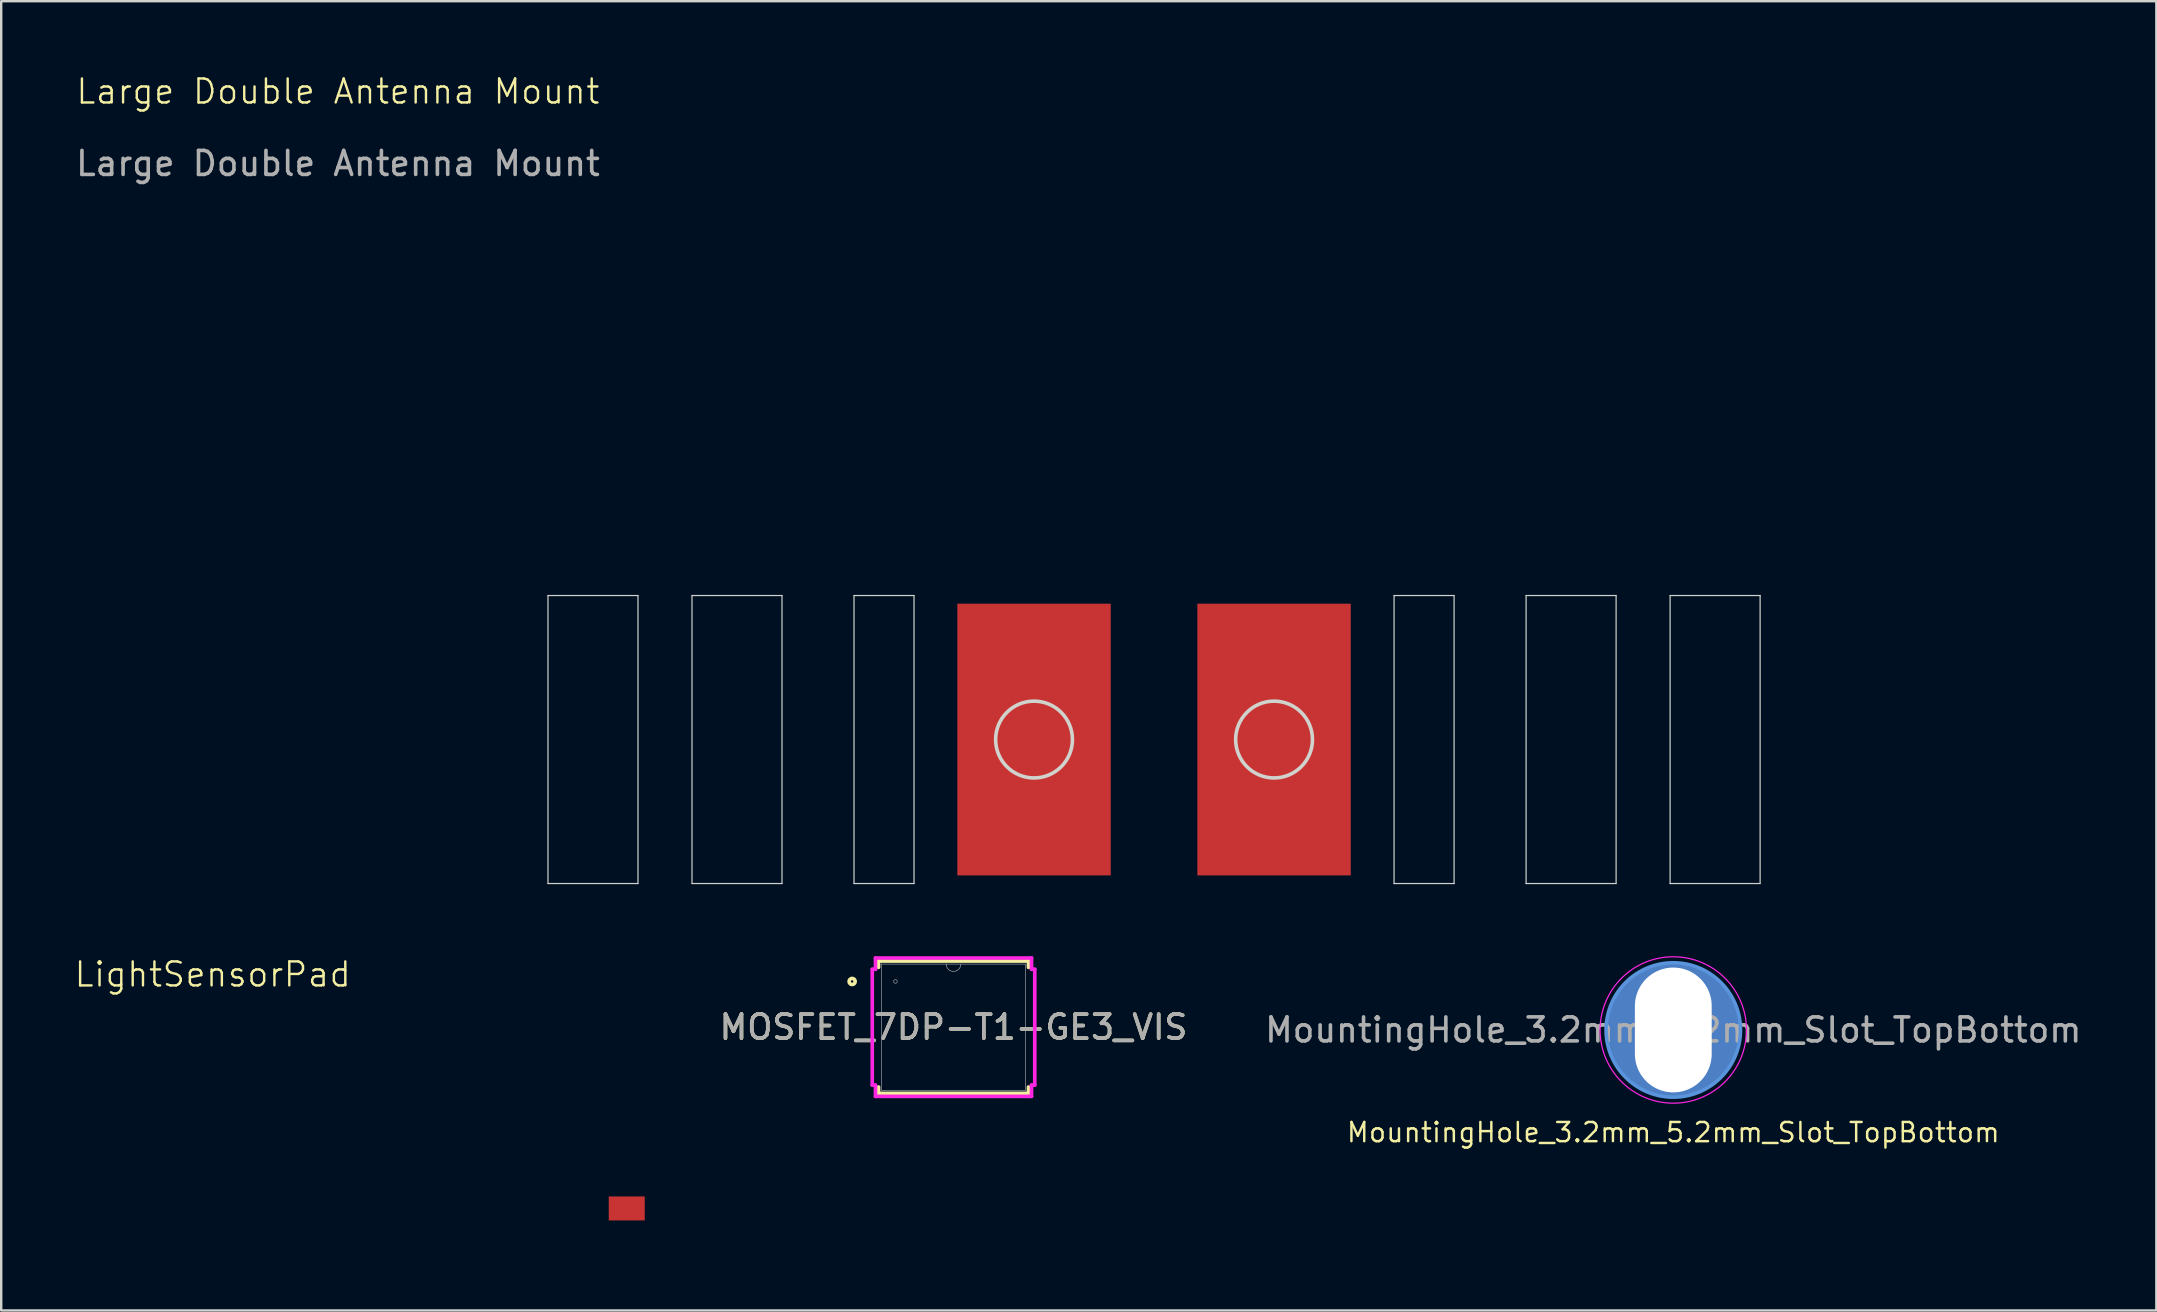
<source format=kicad_pcb>
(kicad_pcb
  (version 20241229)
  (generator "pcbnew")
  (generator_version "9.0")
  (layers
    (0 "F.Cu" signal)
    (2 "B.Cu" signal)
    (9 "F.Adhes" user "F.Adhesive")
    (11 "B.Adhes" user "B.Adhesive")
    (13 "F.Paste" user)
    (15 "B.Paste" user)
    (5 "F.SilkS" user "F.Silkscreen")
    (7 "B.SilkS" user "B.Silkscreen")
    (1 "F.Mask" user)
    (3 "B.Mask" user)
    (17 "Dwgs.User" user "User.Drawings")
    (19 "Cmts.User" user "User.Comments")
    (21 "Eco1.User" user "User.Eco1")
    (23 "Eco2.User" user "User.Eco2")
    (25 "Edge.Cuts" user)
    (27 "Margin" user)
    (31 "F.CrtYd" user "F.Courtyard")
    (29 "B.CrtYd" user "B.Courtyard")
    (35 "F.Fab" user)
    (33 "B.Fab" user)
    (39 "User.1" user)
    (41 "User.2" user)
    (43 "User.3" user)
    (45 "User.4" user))
  (footprint "MountingHole_3.2mm_5.2mm_Slot_TopBottom"
    (layer "F.Cu")
    (at 66.663 39.861)
    (property "Reference" "MountingHole_3.2mm_5.2mm_Slot_TopBottom" (at 0 4.267 0) (layer "F.SilkS") (effects (font (size 0.8 0.8) (thickness 0.102))))
    (attr exclude_from_pos_files exclude_from_bom)
    (fp_circle (center 0 0) (end 2.8 0) (stroke (width 0.15) (type solid)) (fill no) (layer "Cmts.User"))
    (fp_circle (center 0 0) (end 3.05 0) (stroke (width 0.05) (type solid)) (fill no) (layer "F.CrtYd"))
    (fp_text user "${REFERENCE}" (at 0 0 0) (layer "F.Fab") (effects (font (size 1 1) (thickness 0.15))))
    (pad "1" thru_hole oval (at 0 0) (size 3.6 5.6) (drill oval 3.2 5.2) (layers "*.Cu" "*.Mask"))
    (pad "1" connect circle (at 0 0) (size 5.6 5.6) (layers "F.Cu" "F.Mask"))
    (pad "1" connect circle (at 0 0) (size 5.6 5.6) (layers "B.Cu" "B.Mask")))
  (footprint "MOSFET_7DP-T1-GE3_VIS"
    (layer "F.Cu")
    (at 36.675 39.745)
    (property "Reference" "MOSFET_7DP-T1-GE3_VIS" (at 0 0 0) (unlocked yes) (layer "F.SilkS") (effects (font (size 1 1) (thickness 0.15))))
    (attr smd)
    (fp_poly (pts (xy -1.416 -1.956) (xy -1.416 1.956) (xy 2.419 1.956) (xy 2.419 2.159) (xy 3.131 2.159) (xy 3.131 1.651) (xy 2.419 1.651) (xy 2.419 0.889) (xy 3.131 0.889) (xy 3.131 0.381) (xy 2.419 0.381) (xy 2.419 -0.381) (xy 3.131 -0.381) (xy 3.131 -0.889) (xy 2.419 -0.889) (xy 2.419 -1.651) (xy 3.131 -1.651) (xy 3.131 -2.159) (xy 2.419 -2.159) (xy 2.419 -1.956)) (stroke (width 0) (type solid)) (fill yes) (layer "F.Mask"))
    (fp_line (start -3.124 -2.756) (end -3.124 -2.492) (stroke (width 0.152) (type solid)) (layer "F.SilkS"))
    (fp_line (start -3.124 2.492) (end -3.124 2.756) (stroke (width 0.152) (type solid)) (layer "F.SilkS"))
    (fp_line (start -3.124 2.756) (end 3.124 2.756) (stroke (width 0.152) (type solid)) (layer "F.SilkS"))
    (fp_line (start 3.124 -2.756) (end -3.124 -2.756) (stroke (width 0.152) (type solid)) (layer "F.SilkS"))
    (fp_line (start 3.124 -2.492) (end 3.124 -2.756) (stroke (width 0.152) (type solid)) (layer "F.SilkS"))
    (fp_line (start 3.124 2.756) (end 3.124 2.492) (stroke (width 0.152) (type solid)) (layer "F.SilkS"))
    (fp_circle (center -4.223 -1.905) (end -4.096 -1.905) (stroke (width 0.152) (type solid)) (fill no) (layer "F.SilkS"))
    (fp_poly (pts (xy -1.818 -1.856) (xy -1.818 -0.752) (xy -0.739 -0.752) (xy -0.739 -1.856)) (stroke (width 0) (type solid)) (fill yes) (layer "F.Paste"))
    (fp_poly (pts (xy -1.818 -0.552) (xy -1.818 0.552) (xy -0.739 0.552) (xy -0.739 -0.552)) (stroke (width 0) (type solid)) (fill yes) (layer "F.Paste"))
    (fp_poly (pts (xy -1.818 0.752) (xy -1.818 1.856) (xy -0.739 1.856) (xy -0.739 0.752)) (stroke (width 0) (type solid)) (fill yes) (layer "F.Paste"))
    (fp_poly (pts (xy -0.539 -1.856) (xy -0.539 -0.752) (xy 0.539 -0.752) (xy 0.539 -1.856)) (stroke (width 0) (type solid)) (fill yes) (layer "F.Paste"))
    (fp_poly (pts (xy -0.539 -0.552) (xy -0.539 0.552) (xy 0.539 0.552) (xy 0.539 -0.552)) (stroke (width 0) (type solid)) (fill yes) (layer "F.Paste"))
    (fp_poly (pts (xy -0.539 0.752) (xy -0.539 1.856) (xy 0.539 1.856) (xy 0.539 0.752)) (stroke (width 0) (type solid)) (fill yes) (layer "F.Paste"))
    (fp_poly (pts (xy 0.739 -1.856) (xy 0.739 -0.752) (xy 1.818 -0.752) (xy 1.818 -1.856)) (stroke (width 0) (type solid)) (fill yes) (layer "F.Paste"))
    (fp_poly (pts (xy 0.739 -0.552) (xy 0.739 0.552) (xy 1.818 0.552) (xy 1.818 -0.552)) (stroke (width 0) (type solid)) (fill yes) (layer "F.Paste"))
    (fp_poly (pts (xy 0.739 0.752) (xy 0.739 1.856) (xy 1.818 1.856) (xy 1.818 0.752)) (stroke (width 0) (type solid)) (fill yes) (layer "F.Paste"))
    (fp_poly (pts (xy -1.416 -1.956) (xy -1.416 1.956) (xy 2.419 1.956) (xy 2.419 2.159) (xy 3.131 2.159) (xy 3.131 1.651) (xy 2.419 1.651) (xy 2.419 0.889) (xy 3.131 0.889) (xy 3.131 0.381) (xy 2.419 0.381) (xy 2.419 -0.381) (xy 3.131 -0.381) (xy 3.131 -0.889) (xy 2.419 -0.889) (xy 2.419 -1.651) (xy 3.131 -1.651) (xy 3.131 -2.159) (xy 2.419 -2.159) (xy 2.419 -1.956)) (stroke (width 0) (type solid)) (fill yes) (layer "F.Paste"))
    (fp_line (start -3.385 -2.413) (end -3.251 -2.413) (stroke (width 0.152) (type solid)) (layer "F.CrtYd"))
    (fp_line (start -3.385 2.413) (end -3.385 -2.413) (stroke (width 0.152) (type solid)) (layer "F.CrtYd"))
    (fp_line (start -3.385 2.413) (end -3.251 2.413) (stroke (width 0.152) (type solid)) (layer "F.CrtYd"))
    (fp_line (start -3.251 -2.883) (end 3.251 -2.883) (stroke (width 0.152) (type solid)) (layer "F.CrtYd"))
    (fp_line (start -3.251 -2.413) (end -3.251 -2.883) (stroke (width 0.152) (type solid)) (layer "F.CrtYd"))
    (fp_line (start -3.251 2.883) (end -3.251 2.413) (stroke (width 0.152) (type solid)) (layer "F.CrtYd"))
    (fp_line (start 3.251 -2.883) (end 3.251 -2.413) (stroke (width 0.152) (type solid)) (layer "F.CrtYd"))
    (fp_line (start 3.251 2.413) (end 3.251 2.883) (stroke (width 0.152) (type solid)) (layer "F.CrtYd"))
    (fp_line (start 3.251 2.883) (end -3.251 2.883) (stroke (width 0.152) (type solid)) (layer "F.CrtYd"))
    (fp_line (start 3.385 -2.413) (end 3.251 -2.413) (stroke (width 0.152) (type solid)) (layer "F.CrtYd"))
    (fp_line (start 3.385 -2.413) (end 3.385 2.413) (stroke (width 0.152) (type solid)) (layer "F.CrtYd"))
    (fp_line (start 3.385 2.413) (end 3.251 2.413) (stroke (width 0.152) (type solid)) (layer "F.CrtYd"))
    (fp_line (start -2.997 -2.629) (end -2.997 2.629) (stroke (width 0.025) (type solid)) (layer "F.Fab"))
    (fp_line (start -2.997 2.629) (end 2.997 2.629) (stroke (width 0.025) (type solid)) (layer "F.Fab"))
    (fp_line (start 2.997 -2.629) (end -2.997 -2.629) (stroke (width 0.025) (type solid)) (layer "F.Fab"))
    (fp_line (start 2.997 2.629) (end 2.997 -2.629) (stroke (width 0.025) (type solid)) (layer "F.Fab"))
    (fp_arc (start 0.3048 -2.6289) (mid 0 -2.3241) (end -0.3048 -2.6289) (stroke (width 0.0254) (type solid)) (layer "F.Fab"))
    (fp_circle (center -2.419 -1.905) (end -2.343 -1.905) (stroke (width 0.025) (type solid)) (fill no) (layer "F.Fab"))
    (fp_text user "${REFERENCE}" (at 0 0 0) (unlocked yes) (layer "F.Fab") (effects (font (size 1 1) (thickness 0.15)))))
  (footprint "LightSensorPad"
    (layer "F.Cu")
    (at 23.062 48.296)
    (property "Reference" "LightSensorPad" (at -17.25 -10.75 0) (unlocked yes) (layer "F.SilkS") (effects (font (size 1 1) (thickness 0.1))))
    (attr smd)
    (pad "1" smd rect (at 0 -1) (size 1.5 1) (layers "F.Cu" "F.Mask" "F.Paste")))
  (footprint "Large Double Antenna Mount"
    (layer "F.Cu")
    (at 45.03 27.761)
    (property "Reference" "Large Double Antenna Mount" (at -34 -27 0) (unlocked yes) (layer "F.SilkS") (effects (font (size 1 1) (thickness 0.1))))
    (attr smd)
    (fp_line (start -25.25 -6) (end -21.5 -6) (stroke (width 0.05) (type default)) (layer "Edge.Cuts"))
    (fp_line (start -25.25 6) (end -25.25 -6) (stroke (width 0.05) (type default)) (layer "Edge.Cuts"))
    (fp_line (start -21.5 -6) (end -21.5 6) (stroke (width 0.05) (type default)) (layer "Edge.Cuts"))
    (fp_line (start -21.5 6) (end -25.25 6) (stroke (width 0.05) (type default)) (layer "Edge.Cuts"))
    (fp_line (start -19.25 -6) (end -15.5 -6) (stroke (width 0.05) (type default)) (layer "Edge.Cuts"))
    (fp_line (start -19.25 6) (end -19.25 -6) (stroke (width 0.05) (type default)) (layer "Edge.Cuts"))
    (fp_line (start -15.5 -6) (end -15.5 6) (stroke (width 0.05) (type default)) (layer "Edge.Cuts"))
    (fp_line (start -15.5 6) (end -19.25 6) (stroke (width 0.05) (type default)) (layer "Edge.Cuts"))
    (fp_line (start -12.5 -6) (end -10 -6) (stroke (width 0.05) (type default)) (layer "Edge.Cuts"))
    (fp_line (start -12.5 6) (end -12.5 -6) (stroke (width 0.05) (type default)) (layer "Edge.Cuts"))
    (fp_line (start -10 -6) (end -10 6) (stroke (width 0.05) (type default)) (layer "Edge.Cuts"))
    (fp_line (start -10 6) (end -12.5 6) (stroke (width 0.05) (type default)) (layer "Edge.Cuts"))
    (fp_line (start 10 -6) (end 12.5 -6) (stroke (width 0.05) (type default)) (layer "Edge.Cuts"))
    (fp_line (start 10 6) (end 10 -6) (stroke (width 0.05) (type default)) (layer "Edge.Cuts"))
    (fp_line (start 12.5 -6) (end 12.5 6) (stroke (width 0.05) (type default)) (layer "Edge.Cuts"))
    (fp_line (start 12.5 6) (end 10 6) (stroke (width 0.05) (type default)) (layer "Edge.Cuts"))
    (fp_line (start 15.5 -6) (end 19.25 -6) (stroke (width 0.05) (type default)) (layer "Edge.Cuts"))
    (fp_line (start 15.5 6) (end 15.5 -6) (stroke (width 0.05) (type default)) (layer "Edge.Cuts"))
    (fp_line (start 19.25 -6) (end 19.25 6) (stroke (width 0.05) (type default)) (layer "Edge.Cuts"))
    (fp_line (start 19.25 6) (end 15.5 6) (stroke (width 0.05) (type default)) (layer "Edge.Cuts"))
    (fp_line (start 21.5 -6) (end 25.25 -6) (stroke (width 0.05) (type default)) (layer "Edge.Cuts"))
    (fp_line (start 21.5 6) (end 21.5 -6) (stroke (width 0.05) (type default)) (layer "Edge.Cuts"))
    (fp_line (start 25.25 -6) (end 25.25 6) (stroke (width 0.05) (type default)) (layer "Edge.Cuts"))
    (fp_line (start 25.25 6) (end 21.5 6) (stroke (width 0.05) (type default)) (layer "Edge.Cuts"))
    (fp_circle (center -5 0) (end -3.4 0) (stroke (width 0.15) (type solid)) (fill no) (layer "Edge.Cuts"))
    (fp_circle (center 5 0) (end 6.6 0) (stroke (width 0.15) (type solid)) (fill no) (layer "Edge.Cuts"))
    (fp_text user "${REFERENCE}" (at -34 -24 0) (unlocked yes) (layer "F.Fab") (effects (font (size 1 1) (thickness 0.15))))
    (pad "1" smd rect (at -5 0) (size 6.391 11.321) (layers "F.Cu" "F.Mask" "F.Paste"))
    (pad "2" smd rect (at 5 0) (size 6.391 11.321) (layers "F.Cu" "F.Mask" "F.Paste")))
  (gr_rect
    (start -3 -3)
    (end 86.788 51.546)
    (stroke (width 0.1) (type default))
    (fill no)
    (layer "Edge.Cuts")))
</source>
